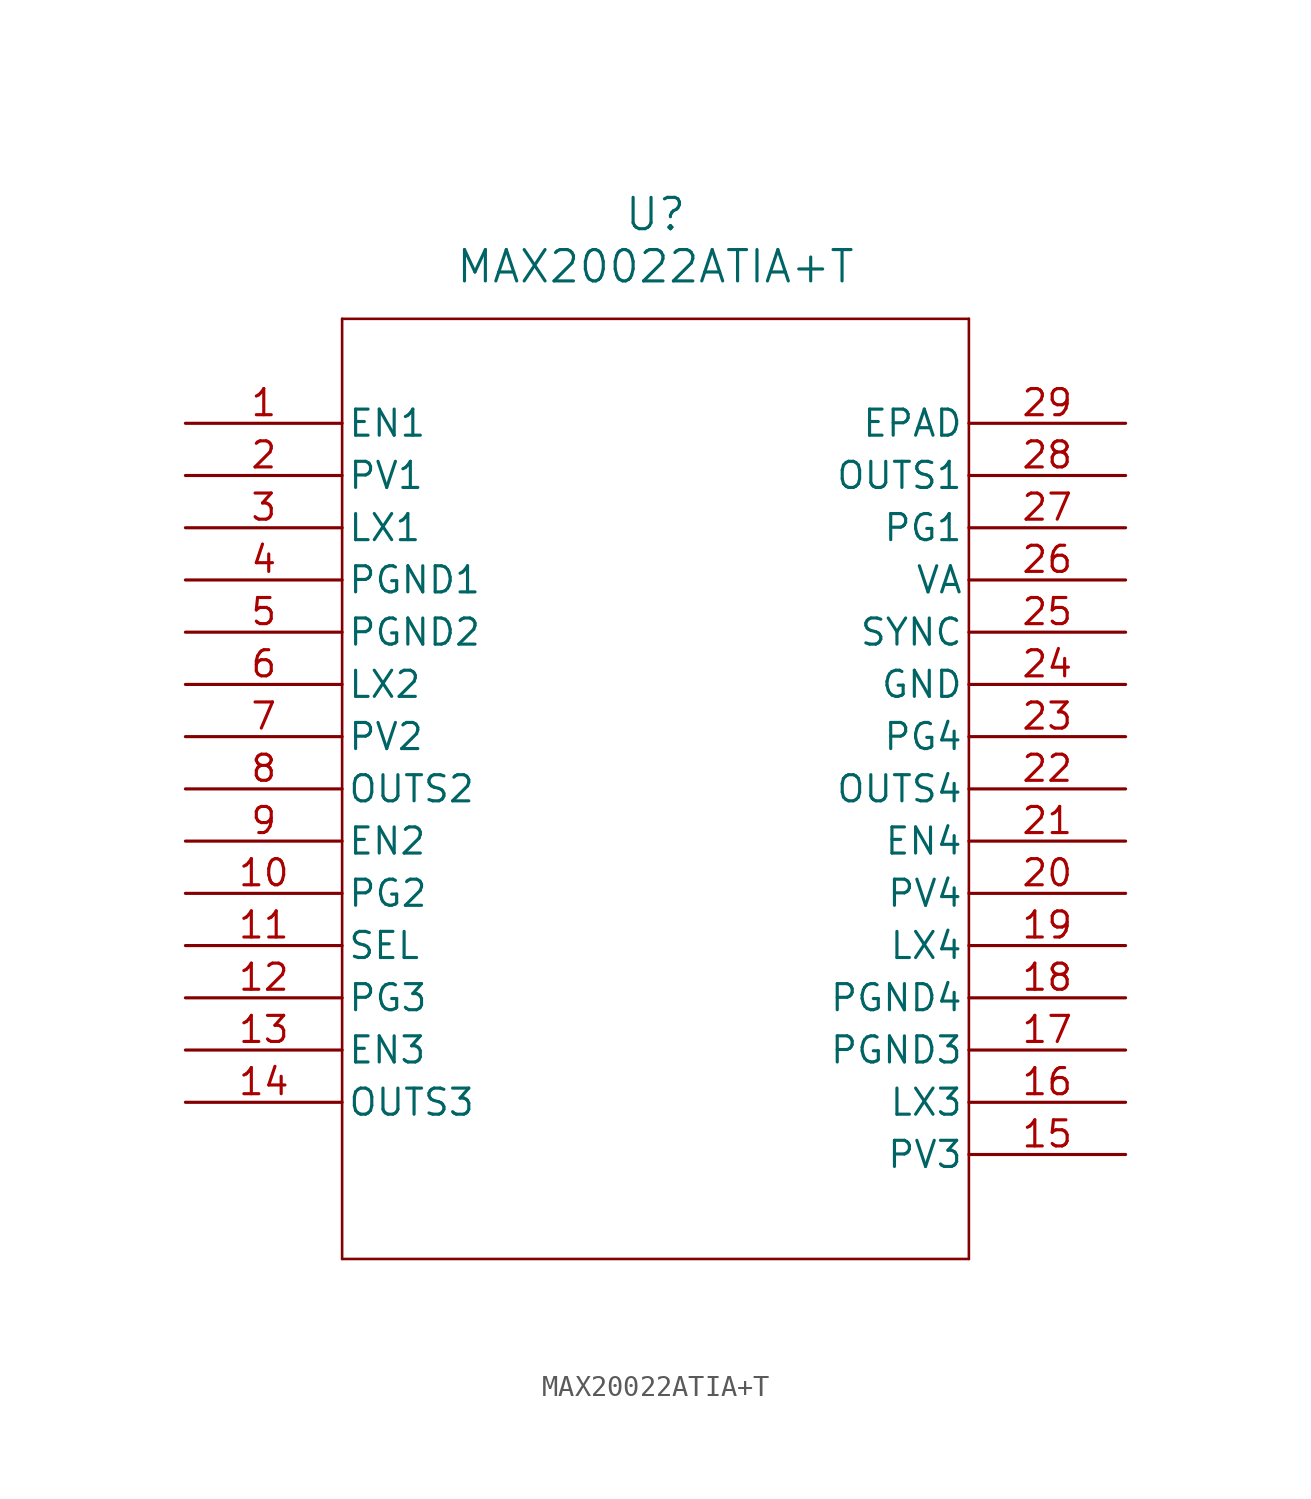
<source format=kicad_sym>
(kicad_symbol_lib
  (version 20211014)
  (generator kicad_symbol_editor)
  (symbol "MAX20022ATIA+T"
    (pin_names
      (offset 0.254))
    (property "Reference" "U"
      (at 22.86 10.16 0)
      (effects (font (size 1.524 1.524))))
    (property "Value" "MAX20022ATIA+T"
      (at 22.86 7.62 0)
      (effects (font (size 1.524 1.524))))
    (symbol "MAX20022ATIA+T_0_1"
      (polyline (pts (xy 7.62 5.08) (xy 7.62 -40.64)) (stroke (width 0.127) (type default) (color 0 0 0 0)) (fill (type none)))
      (polyline (pts (xy 7.62 -40.64) (xy 38.1 -40.64)) (stroke (width 0.127) (type default) (color 0 0 0 0)) (fill (type none)))
      (polyline (pts (xy 38.1 -40.64) (xy 38.1 5.08)) (stroke (width 0.127) (type default) (color 0 0 0 0)) (fill (type none)))
      (polyline (pts (xy 38.1 5.08) (xy 7.62 5.08)) (stroke (width 0.127) (type default) (color 0 0 0 0)) (fill (type none)))
      (pin input line (at 0 0 0) (length 7.62) (name "EN1" (effects (font (size 1.27 1.27)))) (number "1" (effects (font (size 1.27 1.27)))))
      (pin input line (at 0 -2.54 0) (length 7.62) (name "PV1" (effects (font (size 1.27 1.27)))) (number "2" (effects (font (size 1.27 1.27)))))
      (pin unspecified line (at 0 -5.08 0) (length 7.62) (name "LX1" (effects (font (size 1.27 1.27)))) (number "3" (effects (font (size 1.27 1.27)))))
      (pin power_in line (at 0 -7.62 0) (length 7.62) (name "PGND1" (effects (font (size 1.27 1.27)))) (number "4" (effects (font (size 1.27 1.27)))))
      (pin power_in line (at 0 -10.16 0) (length 7.62) (name "PGND2" (effects (font (size 1.27 1.27)))) (number "5" (effects (font (size 1.27 1.27)))))
      (pin unspecified line (at 0 -12.7 0) (length 7.62) (name "LX2" (effects (font (size 1.27 1.27)))) (number "6" (effects (font (size 1.27 1.27)))))
      (pin input line (at 0 -15.24 0) (length 7.62) (name "PV2" (effects (font (size 1.27 1.27)))) (number "7" (effects (font (size 1.27 1.27)))))
      (pin output line (at 0 -17.78 0) (length 7.62) (name "OUTS2" (effects (font (size 1.27 1.27)))) (number "8" (effects (font (size 1.27 1.27)))))
      (pin input line (at 0 -20.32 0) (length 7.62) (name "EN2" (effects (font (size 1.27 1.27)))) (number "9" (effects (font (size 1.27 1.27)))))
      (pin output line (at 0 -22.86 0) (length 7.62) (name "PG2" (effects (font (size 1.27 1.27)))) (number "10" (effects (font (size 1.27 1.27)))))
      (pin input line (at 0 -25.4 0) (length 7.62) (name "SEL" (effects (font (size 1.27 1.27)))) (number "11" (effects (font (size 1.27 1.27)))))
      (pin output line (at 0 -27.94 0) (length 7.62) (name "PG3" (effects (font (size 1.27 1.27)))) (number "12" (effects (font (size 1.27 1.27)))))
      (pin input line (at 0 -30.48 0) (length 7.62) (name "EN3" (effects (font (size 1.27 1.27)))) (number "13" (effects (font (size 1.27 1.27)))))
      (pin output line (at 0 -33.02 0) (length 7.62) (name "OUTS3" (effects (font (size 1.27 1.27)))) (number "14" (effects (font (size 1.27 1.27)))))
      (pin input line (at 45.72 -35.56 180) (length 7.62) (name "PV3" (effects (font (size 1.27 1.27)))) (number "15" (effects (font (size 1.27 1.27)))))
      (pin unspecified line (at 45.72 -33.02 180) (length 7.62) (name "LX3" (effects (font (size 1.27 1.27)))) (number "16" (effects (font (size 1.27 1.27)))))
      (pin power_in line (at 45.72 -30.48 180) (length 7.62) (name "PGND3" (effects (font (size 1.27 1.27)))) (number "17" (effects (font (size 1.27 1.27)))))
      (pin power_in line (at 45.72 -27.94 180) (length 7.62) (name "PGND4" (effects (font (size 1.27 1.27)))) (number "18" (effects (font (size 1.27 1.27)))))
      (pin unspecified line (at 45.72 -25.4 180) (length 7.62) (name "LX4" (effects (font (size 1.27 1.27)))) (number "19" (effects (font (size 1.27 1.27)))))
      (pin input line (at 45.72 -22.86 180) (length 7.62) (name "PV4" (effects (font (size 1.27 1.27)))) (number "20" (effects (font (size 1.27 1.27)))))
      (pin input line (at 45.72 -20.32 180) (length 7.62) (name "EN4" (effects (font (size 1.27 1.27)))) (number "21" (effects (font (size 1.27 1.27)))))
      (pin output line (at 45.72 -17.78 180) (length 7.62) (name "OUTS4" (effects (font (size 1.27 1.27)))) (number "22" (effects (font (size 1.27 1.27)))))
      (pin output line (at 45.72 -15.24 180) (length 7.62) (name "PG4" (effects (font (size 1.27 1.27)))) (number "23" (effects (font (size 1.27 1.27)))))
      (pin power_in line (at 45.72 -12.7 180) (length 7.62) (name "GND" (effects (font (size 1.27 1.27)))) (number "24" (effects (font (size 1.27 1.27)))))
      (pin input line (at 45.72 -10.16 180) (length 7.62) (name "SYNC" (effects (font (size 1.27 1.27)))) (number "25" (effects (font (size 1.27 1.27)))))
      (pin power_in line (at 45.72 -7.62 180) (length 7.62) (name "VA" (effects (font (size 1.27 1.27)))) (number "26" (effects (font (size 1.27 1.27)))))
      (pin output line (at 45.72 -5.08 180) (length 7.62) (name "PG1" (effects (font (size 1.27 1.27)))) (number "27" (effects (font (size 1.27 1.27)))))
      (pin output line (at 45.72 -2.54 180) (length 7.62) (name "OUTS1" (effects (font (size 1.27 1.27)))) (number "28" (effects (font (size 1.27 1.27)))))
      (pin unspecified line (at 45.72 0 180) (length 7.62) (name "EPAD" (effects (font (size 1.27 1.27)))) (number "29" (effects (font (size 1.27 1.27))))))))
</source>
